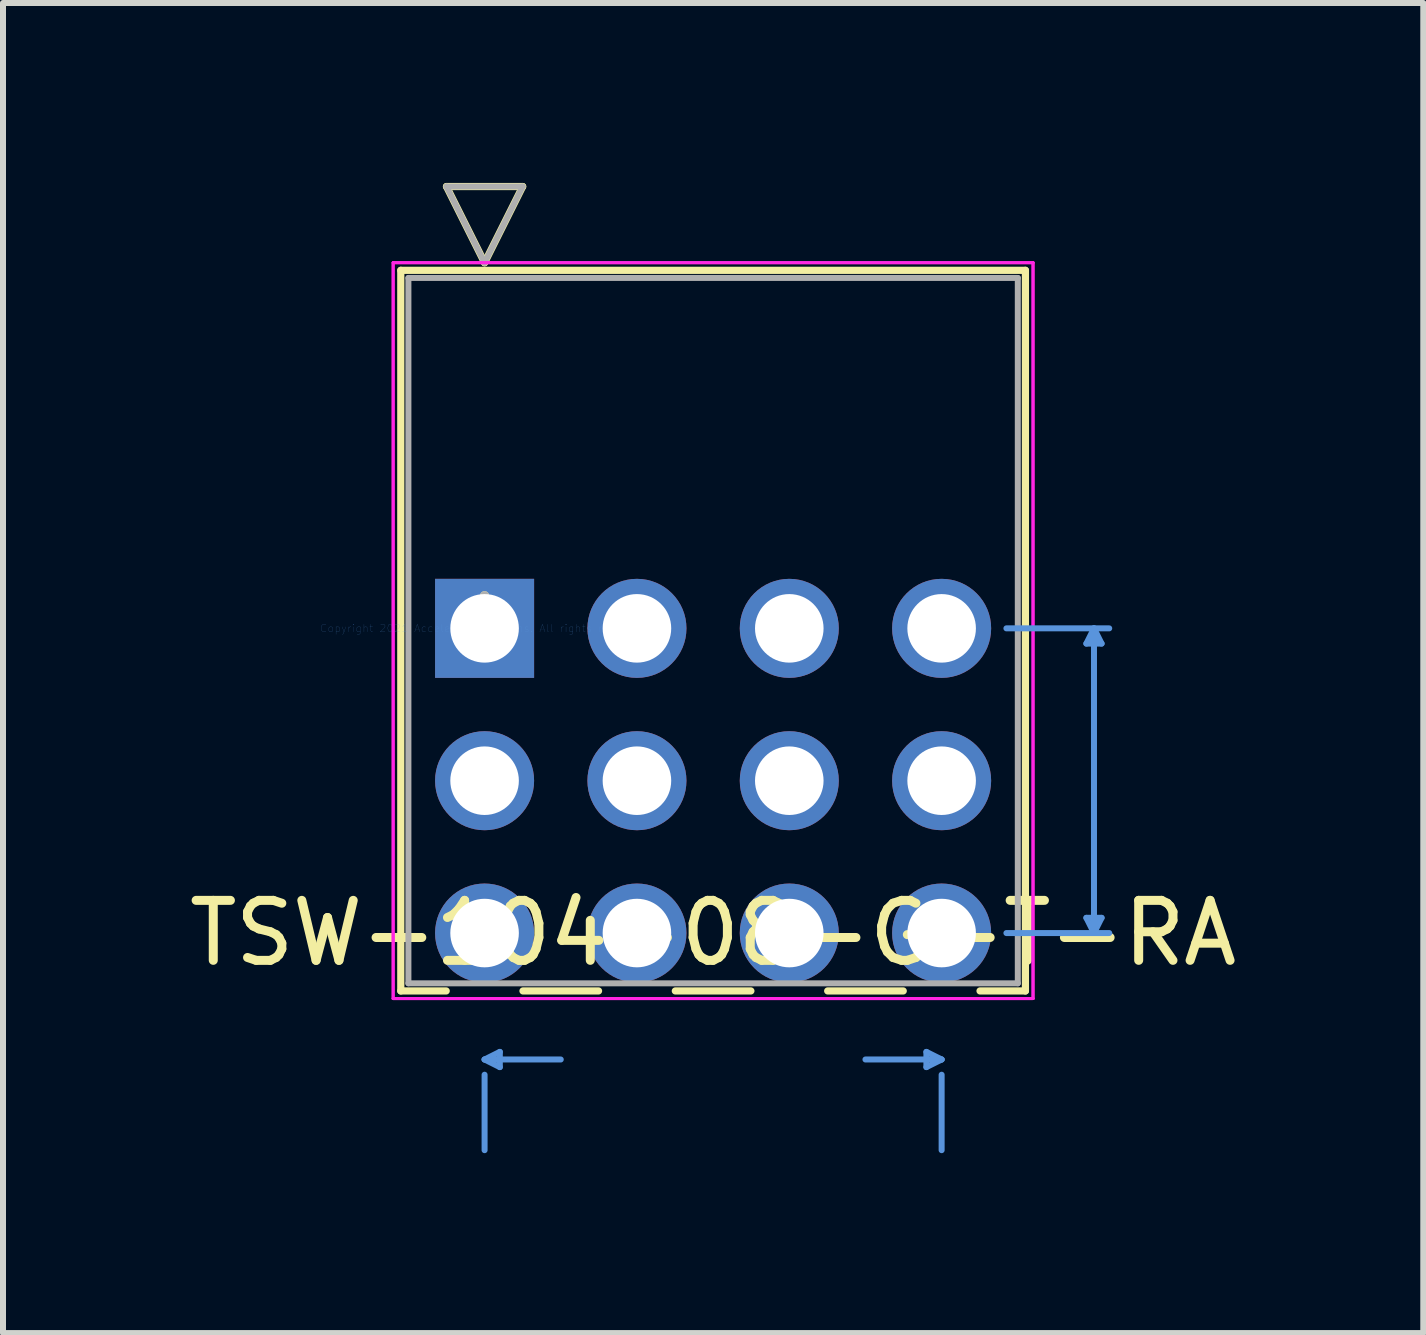
<source format=kicad_pcb>
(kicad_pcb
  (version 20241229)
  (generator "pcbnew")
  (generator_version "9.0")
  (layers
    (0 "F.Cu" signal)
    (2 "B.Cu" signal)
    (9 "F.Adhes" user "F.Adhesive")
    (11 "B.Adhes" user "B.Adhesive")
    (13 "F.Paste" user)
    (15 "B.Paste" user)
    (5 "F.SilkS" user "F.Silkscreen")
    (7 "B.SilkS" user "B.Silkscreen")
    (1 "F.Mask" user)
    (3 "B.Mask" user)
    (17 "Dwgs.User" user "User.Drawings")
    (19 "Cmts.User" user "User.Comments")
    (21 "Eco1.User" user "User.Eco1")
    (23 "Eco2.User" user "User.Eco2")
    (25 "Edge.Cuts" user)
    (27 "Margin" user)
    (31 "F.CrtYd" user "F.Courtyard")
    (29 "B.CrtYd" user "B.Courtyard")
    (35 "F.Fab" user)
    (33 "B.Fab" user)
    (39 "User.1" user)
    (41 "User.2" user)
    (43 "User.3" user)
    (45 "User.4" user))
  (footprint "TSW-104-08-G-T-RA"
    (layer "F.Cu")
    (at 5.029 7.426)
    (property "Reference" "TSW-104-08-G-T-RA" (at 3.81 5.08 0) (layer "F.SilkS") (effects (font (size 1 1) (thickness 0.15))))
    (attr through_hole)
    (fp_line (start -1.397 -5.969) (end -1.397 6.045) (stroke (width 0.12) (type solid)) (layer "F.SilkS"))
    (fp_line (start -1.397 6.045) (end -0.64 6.045) (stroke (width 0.12) (type solid)) (layer "F.SilkS"))
    (fp_line (start -0.635 -7.366) (end 0.635 -7.366) (stroke (width 0.12) (type solid)) (layer "F.SilkS"))
    (fp_line (start 0 -6.096) (end -0.635 -7.366) (stroke (width 0.12) (type solid)) (layer "F.SilkS"))
    (fp_line (start 0.635 -7.366) (end 0 -6.096) (stroke (width 0.12) (type solid)) (layer "F.SilkS"))
    (fp_line (start 0.64 6.045) (end 1.9 6.045) (stroke (width 0.12) (type solid)) (layer "F.SilkS"))
    (fp_line (start 3.18 6.045) (end 4.44 6.045) (stroke (width 0.12) (type solid)) (layer "F.SilkS"))
    (fp_line (start 5.72 6.045) (end 6.98 6.045) (stroke (width 0.12) (type solid)) (layer "F.SilkS"))
    (fp_line (start 8.26 6.045) (end 9.017 6.045) (stroke (width 0.12) (type solid)) (layer "F.SilkS"))
    (fp_line (start 9.017 -5.969) (end -1.397 -5.969) (stroke (width 0.12) (type solid)) (layer "F.SilkS"))
    (fp_line (start 9.017 6.045) (end 9.017 -5.969) (stroke (width 0.12) (type solid)) (layer "F.SilkS"))
    (fp_line (start 0 7.188) (end 0.254 7.315) (stroke (width 0.1) (type solid)) (layer "Cmts.User"))
    (fp_line (start 0 7.188) (end 1.27 7.188) (stroke (width 0.1) (type solid)) (layer "Cmts.User"))
    (fp_line (start 0 8.7) (end 0 7.442) (stroke (width 0.1) (type solid)) (layer "Cmts.User"))
    (fp_line (start 0.254 7.061) (end 0 7.188) (stroke (width 0.1) (type solid)) (layer "Cmts.User"))
    (fp_line (start 0.254 7.315) (end 0.254 7.061) (stroke (width 0.1) (type solid)) (layer "Cmts.User"))
    (fp_line (start 7.366 7.061) (end 7.62 7.188) (stroke (width 0.1) (type solid)) (layer "Cmts.User"))
    (fp_line (start 7.366 7.315) (end 7.366 7.061) (stroke (width 0.1) (type solid)) (layer "Cmts.User"))
    (fp_line (start 7.62 7.188) (end 6.35 7.188) (stroke (width 0.1) (type solid)) (layer "Cmts.User"))
    (fp_line (start 7.62 7.188) (end 7.366 7.315) (stroke (width 0.1) (type solid)) (layer "Cmts.User"))
    (fp_line (start 7.62 8.7) (end 7.62 7.442) (stroke (width 0.1) (type solid)) (layer "Cmts.User"))
    (fp_line (start 8.7 0) (end 10.414 0) (stroke (width 0.1) (type solid)) (layer "Cmts.User"))
    (fp_line (start 8.7 5.08) (end 10.414 5.08) (stroke (width 0.1) (type solid)) (layer "Cmts.User"))
    (fp_line (start 10.033 0.254) (end 10.287 0.254) (stroke (width 0.1) (type solid)) (layer "Cmts.User"))
    (fp_line (start 10.033 4.826) (end 10.287 4.826) (stroke (width 0.1) (type solid)) (layer "Cmts.User"))
    (fp_line (start 10.16 0) (end 10.033 0.254) (stroke (width 0.1) (type solid)) (layer "Cmts.User"))
    (fp_line (start 10.16 0) (end 10.16 5.08) (stroke (width 0.1) (type solid)) (layer "Cmts.User"))
    (fp_line (start 10.16 5.08) (end 10.033 4.826) (stroke (width 0.1) (type solid)) (layer "Cmts.User"))
    (fp_line (start 10.287 0.254) (end 10.16 0) (stroke (width 0.1) (type solid)) (layer "Cmts.User"))
    (fp_line (start 10.287 4.826) (end 10.16 5.08) (stroke (width 0.1) (type solid)) (layer "Cmts.User"))
    (fp_line (start -1.524 -6.096) (end -1.524 6.172) (stroke (width 0.05) (type solid)) (layer "F.CrtYd"))
    (fp_line (start -1.524 -6.096) (end -1.524 6.172) (stroke (width 0.05) (type solid)) (layer "F.CrtYd"))
    (fp_line (start -1.524 6.172) (end 9.144 6.172) (stroke (width 0.05) (type solid)) (layer "F.CrtYd"))
    (fp_line (start -1.524 6.172) (end 9.144 6.172) (stroke (width 0.05) (type solid)) (layer "F.CrtYd"))
    (fp_line (start 9.144 -6.096) (end -1.524 -6.096) (stroke (width 0.05) (type solid)) (layer "F.CrtYd"))
    (fp_line (start 9.144 -6.096) (end -1.524 -6.096) (stroke (width 0.05) (type solid)) (layer "F.CrtYd"))
    (fp_line (start 9.144 6.172) (end 9.144 -6.096) (stroke (width 0.05) (type solid)) (layer "F.CrtYd"))
    (fp_line (start 9.144 6.172) (end 9.144 -6.096) (stroke (width 0.05) (type solid)) (layer "F.CrtYd"))
    (fp_line (start -1.27 -5.842) (end -1.27 5.918) (stroke (width 0.1) (type solid)) (layer "F.Fab"))
    (fp_line (start -1.27 5.918) (end 8.89 5.918) (stroke (width 0.1) (type solid)) (layer "F.Fab"))
    (fp_line (start -0.635 -7.366) (end 0.635 -7.366) (stroke (width 0.1) (type solid)) (layer "F.Fab"))
    (fp_line (start 0 -6.096) (end -0.635 -7.366) (stroke (width 0.1) (type solid)) (layer "F.Fab"))
    (fp_line (start 0.635 -7.366) (end 0 -6.096) (stroke (width 0.1) (type solid)) (layer "F.Fab"))
    (fp_line (start 8.89 -5.842) (end -1.27 -5.842) (stroke (width 0.1) (type solid)) (layer "F.Fab"))
    (fp_line (start 8.89 5.918) (end 8.89 -5.842) (stroke (width 0.1) (type solid)) (layer "F.Fab"))
    (fp_text user "*" (at 0 0 0) (layer "F.SilkS") (effects (font (size 1 1) (thickness 0.15))))
    (fp_text user "Copyright 2021 Accelerated Designs. All rights reserved." (at 0 0 0) (layer "Cmts.User") (effects (font (size 0.127 0.127) (thickness 0.002))))
    (fp_text user "*" (at 0 0 0) (layer "F.Fab") (effects (font (size 1 1) (thickness 0.15))))
    (pad "1" thru_hole rect (at 0 0) (size 1.651 1.651) (drill 1.143) (layers "*.Cu" "*.Mask"))
    (pad "2" thru_hole circle (at 0 2.54) (size 1.651 1.651) (drill 1.143) (layers "*.Cu" "*.Mask"))
    (pad "3" thru_hole circle (at 0 5.08) (size 1.651 1.651) (drill 1.143) (layers "*.Cu" "*.Mask"))
    (pad "4" thru_hole circle (at 2.54 0) (size 1.651 1.651) (drill 1.143) (layers "*.Cu" "*.Mask"))
    (pad "5" thru_hole circle (at 2.54 2.54) (size 1.651 1.651) (drill 1.143) (layers "*.Cu" "*.Mask"))
    (pad "6" thru_hole circle (at 2.54 5.08) (size 1.651 1.651) (drill 1.143) (layers "*.Cu" "*.Mask"))
    (pad "7" thru_hole circle (at 5.08 0) (size 1.651 1.651) (drill 1.143) (layers "*.Cu" "*.Mask"))
    (pad "8" thru_hole circle (at 5.08 2.54) (size 1.651 1.651) (drill 1.143) (layers "*.Cu" "*.Mask"))
    (pad "9" thru_hole circle (at 5.08 5.08) (size 1.651 1.651) (drill 1.143) (layers "*.Cu" "*.Mask"))
    (pad "10" thru_hole circle (at 7.62 0) (size 1.651 1.651) (drill 1.143) (layers "*.Cu" "*.Mask"))
    (pad "11" thru_hole circle (at 7.62 2.54) (size 1.651 1.651) (drill 1.143) (layers "*.Cu" "*.Mask"))
    (pad "12" thru_hole circle (at 7.62 5.08) (size 1.651 1.651) (drill 1.143) (layers "*.Cu" "*.Mask")))
  (gr_rect
    (start -3 -3)
    (end 20.679 19.175)
    (stroke (width 0.1) (type default))
    (fill no)
    (layer "Edge.Cuts")))
</source>
